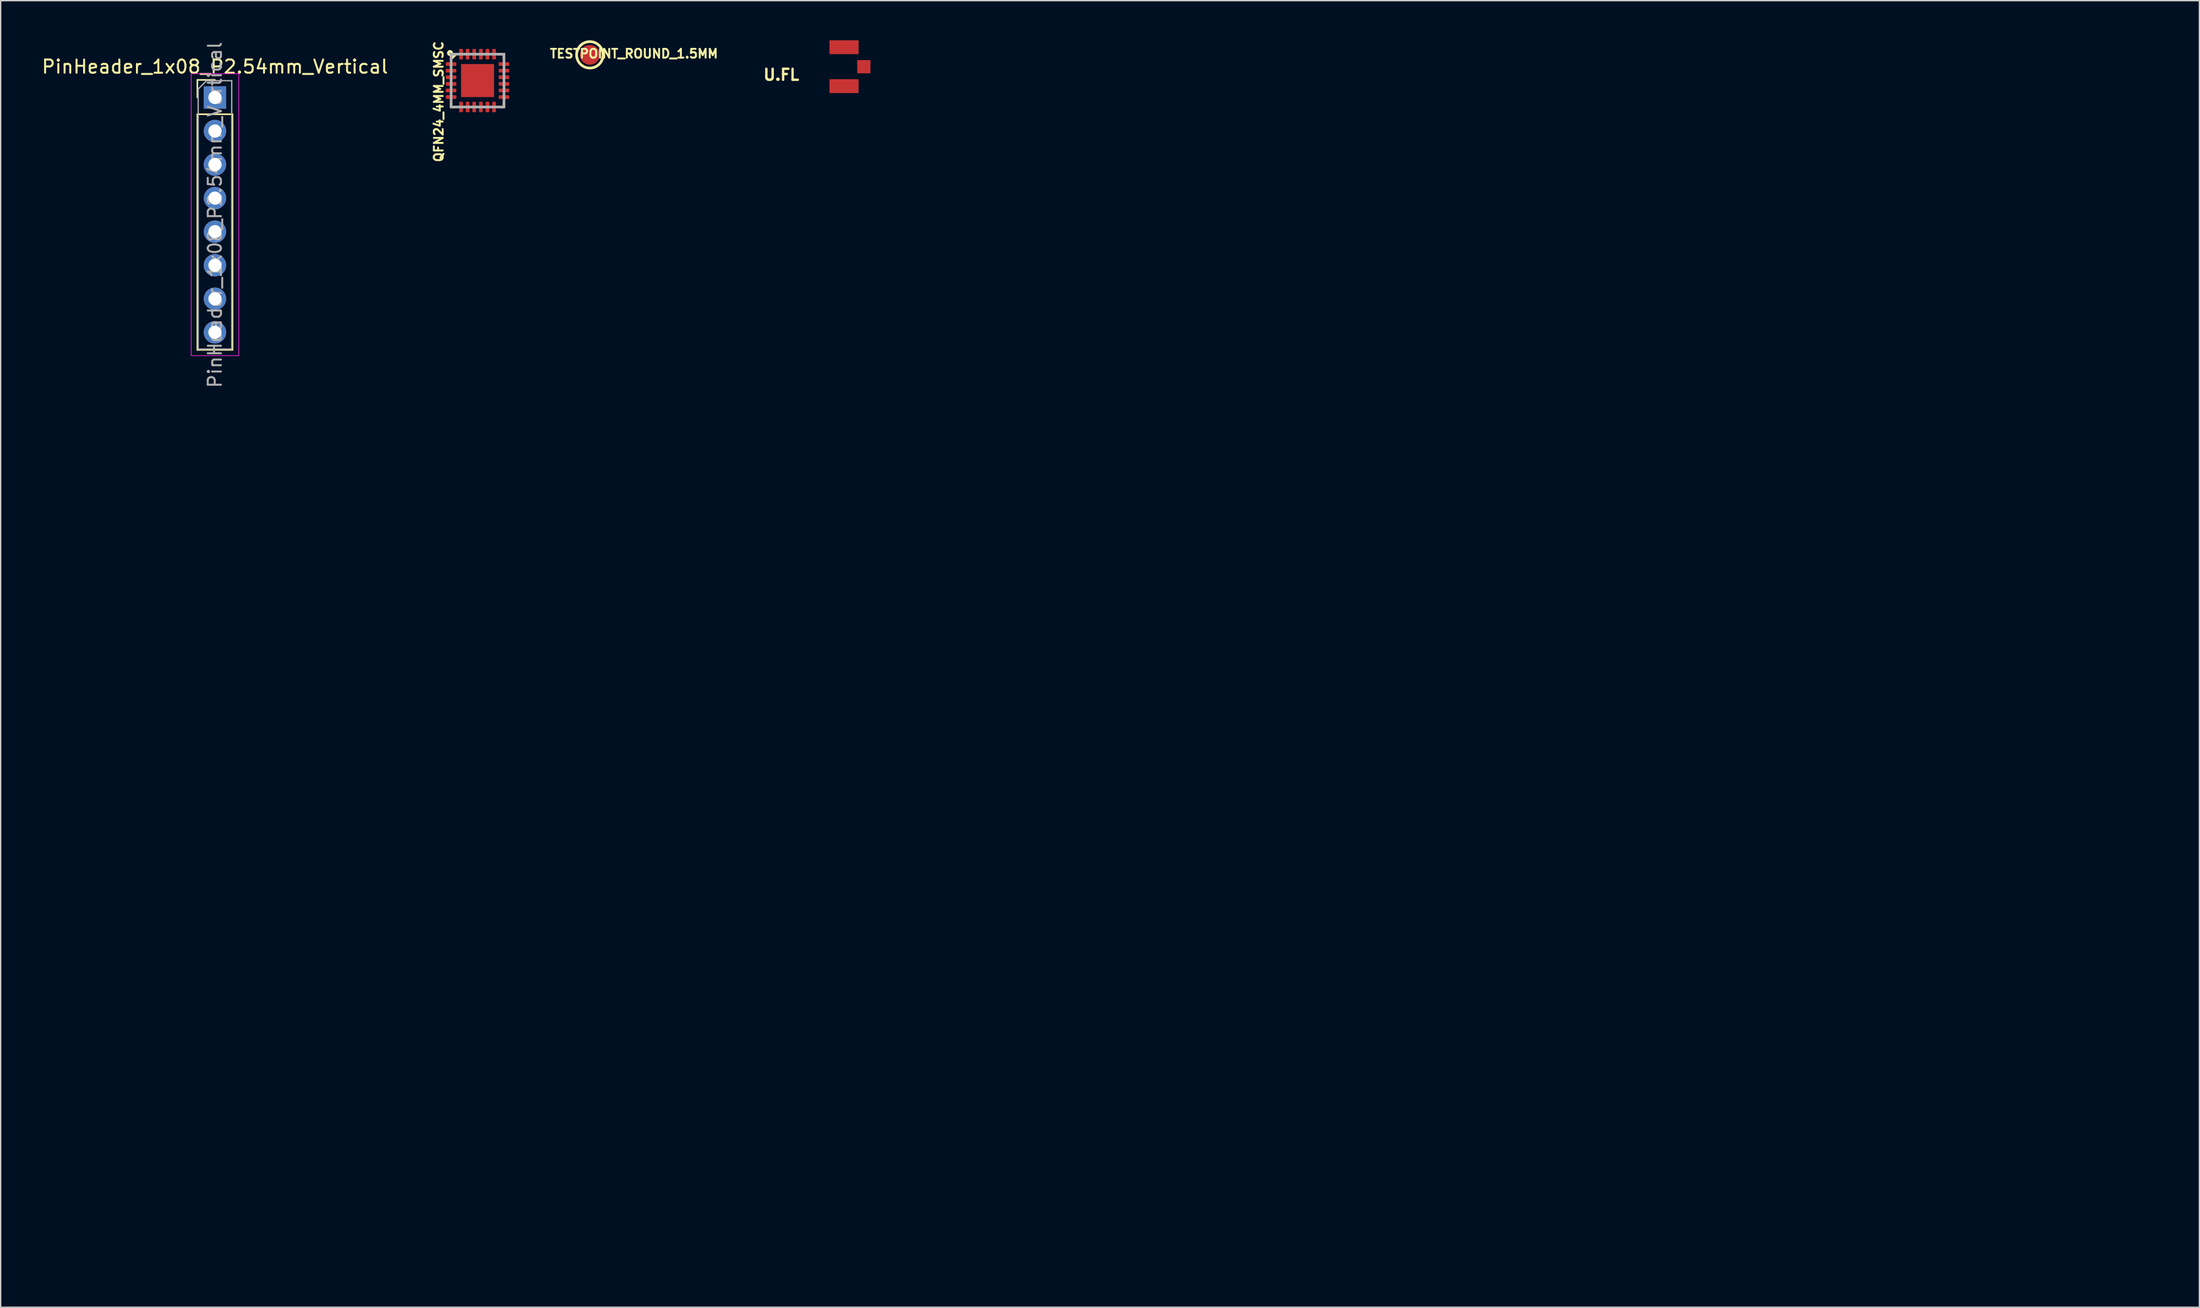
<source format=kicad_pcb>
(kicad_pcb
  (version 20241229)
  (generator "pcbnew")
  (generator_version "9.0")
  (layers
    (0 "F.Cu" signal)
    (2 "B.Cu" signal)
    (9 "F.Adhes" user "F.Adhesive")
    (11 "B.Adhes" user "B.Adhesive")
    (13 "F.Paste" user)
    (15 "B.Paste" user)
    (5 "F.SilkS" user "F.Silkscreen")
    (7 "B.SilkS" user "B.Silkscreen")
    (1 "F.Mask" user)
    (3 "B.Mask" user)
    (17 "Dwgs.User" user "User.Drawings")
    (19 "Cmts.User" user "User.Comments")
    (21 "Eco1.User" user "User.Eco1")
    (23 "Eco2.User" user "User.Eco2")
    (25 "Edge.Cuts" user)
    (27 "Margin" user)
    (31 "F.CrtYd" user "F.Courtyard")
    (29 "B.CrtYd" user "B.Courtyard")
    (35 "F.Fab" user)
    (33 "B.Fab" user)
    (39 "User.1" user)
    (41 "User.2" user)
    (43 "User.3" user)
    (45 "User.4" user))
  (footprint "QFN24_4MM_SMSC"
    (layer "F.Cu")
    (at 33.096 3.05)
    (property "Reference" "QFN24_4MM_SMSC" (at -2.55 -3.05 270) (layer "F.SilkS") (effects (font (size 0.666 0.666) (thickness 0.146)) (justify right bottom)))
    (fp_line (start -2 2) (end -2 1.65) (stroke (width 0.203) (type solid)) (layer "F.SilkS"))
    (fp_line (start -1.65 -2) (end -2 -1.65) (stroke (width 0.203) (type solid)) (layer "F.SilkS"))
    (fp_line (start -1.65 2) (end -2 2) (stroke (width 0.203) (type solid)) (layer "F.SilkS"))
    (fp_line (start 1.65 2) (end 2 2) (stroke (width 0.203) (type solid)) (layer "F.SilkS"))
    (fp_line (start 2 -2) (end 1.65 -2) (stroke (width 0.203) (type solid)) (layer "F.SilkS"))
    (fp_line (start 2 -1.65) (end 2 -2) (stroke (width 0.203) (type solid)) (layer "F.SilkS"))
    (fp_line (start 2 1.65) (end 2 2) (stroke (width 0.203) (type solid)) (layer "F.SilkS"))
    (fp_circle (center -2.083 -2.083) (end -1.956 -2.083) (stroke (width 0.203) (type solid)) (fill no) (layer "F.SilkS"))
    (fp_poly (pts (xy -1.2 -0.6) (xy -0.6 -0.6) (xy -0.6 -1.2) (xy -1.2 -1.2)) (stroke (width 0) (type solid)) (fill yes) (layer "F.Paste"))
    (fp_poly (pts (xy -1.2 0.3) (xy -0.6 0.3) (xy -0.6 -0.3) (xy -1.2 -0.3)) (stroke (width 0) (type solid)) (fill yes) (layer "F.Paste"))
    (fp_poly (pts (xy -1.2 1.2) (xy -0.6 1.2) (xy -0.6 0.6) (xy -1.2 0.6)) (stroke (width 0) (type solid)) (fill yes) (layer "F.Paste"))
    (fp_poly (pts (xy -0.3 -0.6) (xy 0.3 -0.6) (xy 0.3 -1.2) (xy -0.3 -1.2)) (stroke (width 0) (type solid)) (fill yes) (layer "F.Paste"))
    (fp_poly (pts (xy -0.3 0.3) (xy 0.3 0.3) (xy 0.3 -0.3) (xy -0.3 -0.3)) (stroke (width 0) (type solid)) (fill yes) (layer "F.Paste"))
    (fp_poly (pts (xy -0.3 1.2) (xy 0.3 1.2) (xy 0.3 0.6) (xy -0.3 0.6)) (stroke (width 0) (type solid)) (fill yes) (layer "F.Paste"))
    (fp_poly (pts (xy 0.6 -0.6) (xy 1.2 -0.6) (xy 1.2 -1.2) (xy 0.6 -1.2)) (stroke (width 0) (type solid)) (fill yes) (layer "F.Paste"))
    (fp_poly (pts (xy 0.6 0.3) (xy 1.2 0.3) (xy 1.2 -0.3) (xy 0.6 -0.3)) (stroke (width 0) (type solid)) (fill yes) (layer "F.Paste"))
    (fp_poly (pts (xy 0.6 1.2) (xy 1.2 1.2) (xy 1.2 0.6) (xy 0.6 0.6)) (stroke (width 0) (type solid)) (fill yes) (layer "F.Paste"))
    (fp_line (start -2 -2) (end -2 2) (stroke (width 0.203) (type solid)) (layer "F.Fab"))
    (fp_line (start -2 2) (end 2 2) (stroke (width 0.203) (type solid)) (layer "F.Fab"))
    (fp_line (start 2 -2) (end -2 -2) (stroke (width 0.203) (type solid)) (layer "F.Fab"))
    (fp_line (start 2 2) (end 2 -2) (stroke (width 0.203) (type solid)) (layer "F.Fab"))
    (pad "1" smd roundrect (at -2 -1.25 180) (size 0.8 0.28) (layers "F.Cu" "F.Mask" "F.Paste") (roundrect_rratio 0.25))
    (pad "2" smd roundrect (at -2 -0.75 180) (size 0.8 0.28) (layers "F.Cu" "F.Mask" "F.Paste") (roundrect_rratio 0.25))
    (pad "3" smd roundrect (at -2 -0.25 180) (size 0.8 0.28) (layers "F.Cu" "F.Mask" "F.Paste") (roundrect_rratio 0.25))
    (pad "4" smd roundrect (at -2 0.25 180) (size 0.8 0.28) (layers "F.Cu" "F.Mask" "F.Paste") (roundrect_rratio 0.25))
    (pad "5" smd roundrect (at -2 0.75 180) (size 0.8 0.28) (layers "F.Cu" "F.Mask" "F.Paste") (roundrect_rratio 0.25))
    (pad "6" smd roundrect (at -2 1.25 180) (size 0.8 0.28) (layers "F.Cu" "F.Mask" "F.Paste") (roundrect_rratio 0.25))
    (pad "7" smd roundrect (at -1.25 2 90) (size 0.8 0.28) (layers "F.Cu" "F.Mask" "F.Paste") (roundrect_rratio 0.25))
    (pad "8" smd roundrect (at -0.75 2 90) (size 0.8 0.28) (layers "F.Cu" "F.Mask" "F.Paste") (roundrect_rratio 0.25))
    (pad "9" smd roundrect (at -0.25 2 90) (size 0.8 0.28) (layers "F.Cu" "F.Mask" "F.Paste") (roundrect_rratio 0.25))
    (pad "10" smd roundrect (at 0.25 2 90) (size 0.8 0.28) (layers "F.Cu" "F.Mask" "F.Paste") (roundrect_rratio 0.25))
    (pad "11" smd roundrect (at 0.75 2 90) (size 0.8 0.28) (layers "F.Cu" "F.Mask" "F.Paste") (roundrect_rratio 0.25))
    (pad "12" smd roundrect (at 1.25 2 90) (size 0.8 0.28) (layers "F.Cu" "F.Mask" "F.Paste") (roundrect_rratio 0.25))
    (pad "13" smd roundrect (at 2 1.25) (size 0.8 0.28) (layers "F.Cu" "F.Mask" "F.Paste") (roundrect_rratio 0.25))
    (pad "14" smd roundrect (at 2 0.75) (size 0.8 0.28) (layers "F.Cu" "F.Mask" "F.Paste") (roundrect_rratio 0.25))
    (pad "15" smd roundrect (at 2 0.25) (size 0.8 0.28) (layers "F.Cu" "F.Mask" "F.Paste") (roundrect_rratio 0.25))
    (pad "16" smd roundrect (at 2 -0.25) (size 0.8 0.28) (layers "F.Cu" "F.Mask" "F.Paste") (roundrect_rratio 0.25))
    (pad "17" smd roundrect (at 2 -0.75) (size 0.8 0.28) (layers "F.Cu" "F.Mask" "F.Paste") (roundrect_rratio 0.25))
    (pad "18" smd roundrect (at 2 -1.25) (size 0.8 0.28) (layers "F.Cu" "F.Mask" "F.Paste") (roundrect_rratio 0.25))
    (pad "19" smd roundrect (at 1.25 -2 270) (size 0.8 0.28) (layers "F.Cu" "F.Mask" "F.Paste") (roundrect_rratio 0.25))
    (pad "20" smd roundrect (at 0.75 -2 270) (size 0.8 0.28) (layers "F.Cu" "F.Mask" "F.Paste") (roundrect_rratio 0.25))
    (pad "21" smd roundrect (at 0.25 -2 270) (size 0.8 0.28) (layers "F.Cu" "F.Mask" "F.Paste") (roundrect_rratio 0.25))
    (pad "22" smd roundrect (at -0.25 -2 270) (size 0.8 0.28) (layers "F.Cu" "F.Mask" "F.Paste") (roundrect_rratio 0.25))
    (pad "23" smd roundrect (at -0.75 -2 270) (size 0.8 0.28) (layers "F.Cu" "F.Mask" "F.Paste") (roundrect_rratio 0.25))
    (pad "24" smd roundrect (at -1.25 -2 270) (size 0.8 0.28) (layers "F.Cu" "F.Mask" "F.Paste") (roundrect_rratio 0.25))
    (pad "THERM" smd rect (at 0 0) (size 2.5 2.5) (layers "F.Cu" "F.Mask")))
  (footprint "PinHeader_1x08_P2.54mm_Vertical"
    (layer "F.Cu")
    (at 13.22 4.33)
    (property "Reference" "PinHeader_1x08_P2.54mm_Vertical" (at 0 -2.33 0) (layer "F.SilkS") (effects (font (size 1 1) (thickness 0.15))))
    (attr through_hole)
    (fp_line (start -1.33 -1.33) (end 0 -1.33) (stroke (width 0.12) (type solid)) (layer "F.SilkS"))
    (fp_line (start -1.33 0) (end -1.33 -1.33) (stroke (width 0.12) (type solid)) (layer "F.SilkS"))
    (fp_line (start -1.33 1.27) (end -1.33 19.11) (stroke (width 0.12) (type solid)) (layer "F.SilkS"))
    (fp_line (start -1.33 1.27) (end 1.33 1.27) (stroke (width 0.12) (type solid)) (layer "F.SilkS"))
    (fp_line (start -1.33 19.11) (end 1.33 19.11) (stroke (width 0.12) (type solid)) (layer "F.SilkS"))
    (fp_line (start 1.33 1.27) (end 1.33 19.11) (stroke (width 0.12) (type solid)) (layer "F.SilkS"))
    (fp_line (start -1.8 -1.8) (end -1.8 19.55) (stroke (width 0.05) (type solid)) (layer "F.CrtYd"))
    (fp_line (start -1.8 19.55) (end 1.8 19.55) (stroke (width 0.05) (type solid)) (layer "F.CrtYd"))
    (fp_line (start 1.8 -1.8) (end -1.8 -1.8) (stroke (width 0.05) (type solid)) (layer "F.CrtYd"))
    (fp_line (start 1.8 19.55) (end 1.8 -1.8) (stroke (width 0.05) (type solid)) (layer "F.CrtYd"))
    (fp_line (start -1.27 -0.635) (end -0.635 -1.27) (stroke (width 0.1) (type solid)) (layer "F.Fab"))
    (fp_line (start -1.27 19.05) (end -1.27 -0.635) (stroke (width 0.1) (type solid)) (layer "F.Fab"))
    (fp_line (start -0.635 -1.27) (end 1.27 -1.27) (stroke (width 0.1) (type solid)) (layer "F.Fab"))
    (fp_line (start 1.27 -1.27) (end 1.27 19.05) (stroke (width 0.1) (type solid)) (layer "F.Fab"))
    (fp_line (start 1.27 19.05) (end -1.27 19.05) (stroke (width 0.1) (type solid)) (layer "F.Fab"))
    (fp_text user "${REFERENCE}" (at 0 8.89 90) (layer "F.Fab") (effects (font (size 1 1) (thickness 0.15))))
    (pad "1" thru_hole rect (at 0 0) (size 1.7 1.7) (drill 1) (layers "*.Cu" "*.Mask"))
    (pad "2" thru_hole oval (at 0 2.54) (size 1.7 1.7) (drill 1) (layers "*.Cu" "*.Mask"))
    (pad "3" thru_hole oval (at 0 5.08) (size 1.7 1.7) (drill 1) (layers "*.Cu" "*.Mask"))
    (pad "4" thru_hole oval (at 0 7.62) (size 1.7 1.7) (drill 1) (layers "*.Cu" "*.Mask"))
    (pad "5" thru_hole oval (at 0 10.16) (size 1.7 1.7) (drill 1) (layers "*.Cu" "*.Mask"))
    (pad "6" thru_hole oval (at 0 12.7) (size 1.7 1.7) (drill 1) (layers "*.Cu" "*.Mask"))
    (pad "7" thru_hole oval (at 0 15.24) (size 1.7 1.7) (drill 1) (layers "*.Cu" "*.Mask"))
    (pad "8" thru_hole oval (at 0 17.78) (size 1.7 1.7) (drill 1) (layers "*.Cu" "*.Mask")))
  (footprint "U.FL"
    (layer "F.Cu")
    (at 60.837 2)
    (property "Reference" "U.FL" (at -3.3 1.1 180) (layer "F.SilkS") (effects (font (size 0.833 0.833) (thickness 0.183)) (justify right bottom)))
    (pad "1" smd rect (at 0 -1.475) (size 2.2 1.05) (layers "F.Cu" "F.Mask" "F.Paste"))
    (pad "2" smd rect (at 0 1.475) (size 2.2 1.05) (layers "F.Cu" "F.Mask" "F.Paste"))
    (pad "3" smd rect (at 1.5 0) (size 1 1) (layers "F.Cu" "F.Mask" "F.Paste"))
    (zone (net_name "") (layer "F.Cu") (hatch edge 0.508) (connect_pads) (min_thickness 0.254) (filled_areas_thickness no) (keepout (tracks not_allowed) (vias not_allowed) (pads not_allowed) (copperpour not_allowed) (footprints allowed)) (placement (enabled no)) (fill) (polygon (pts (xy 158.648 92.925) (xy 160.426 92.925) (xy 160.426 91.275) (xy 158.648 91.275)))))
  (footprint "TESTPOINT_ROUND_1.5MM"
    (layer "F.Cu")
    (at 41.596 1.102)
    (property "Reference" "TESTPOINT_ROUND_1.5MM" (at -3.1 0.3 0) (layer "F.SilkS") (effects (font (size 0.666 0.666) (thickness 0.146)) (justify left bottom)))
    (fp_circle (center 0 0) (end 1 0) (stroke (width 0.203) (type solid)) (fill no) (layer "F.SilkS"))
    (pad "P$1" smd roundrect (at 0 0) (size 1.5 1.5) (layers "F.Cu" "F.Mask") (roundrect_rratio 0.5)))
  (gr_rect
    (start -3 -3)
    (end 163.426 95.925)
    (stroke (width 0.1) (type default))
    (fill no)
    (layer "Edge.Cuts")))
</source>
